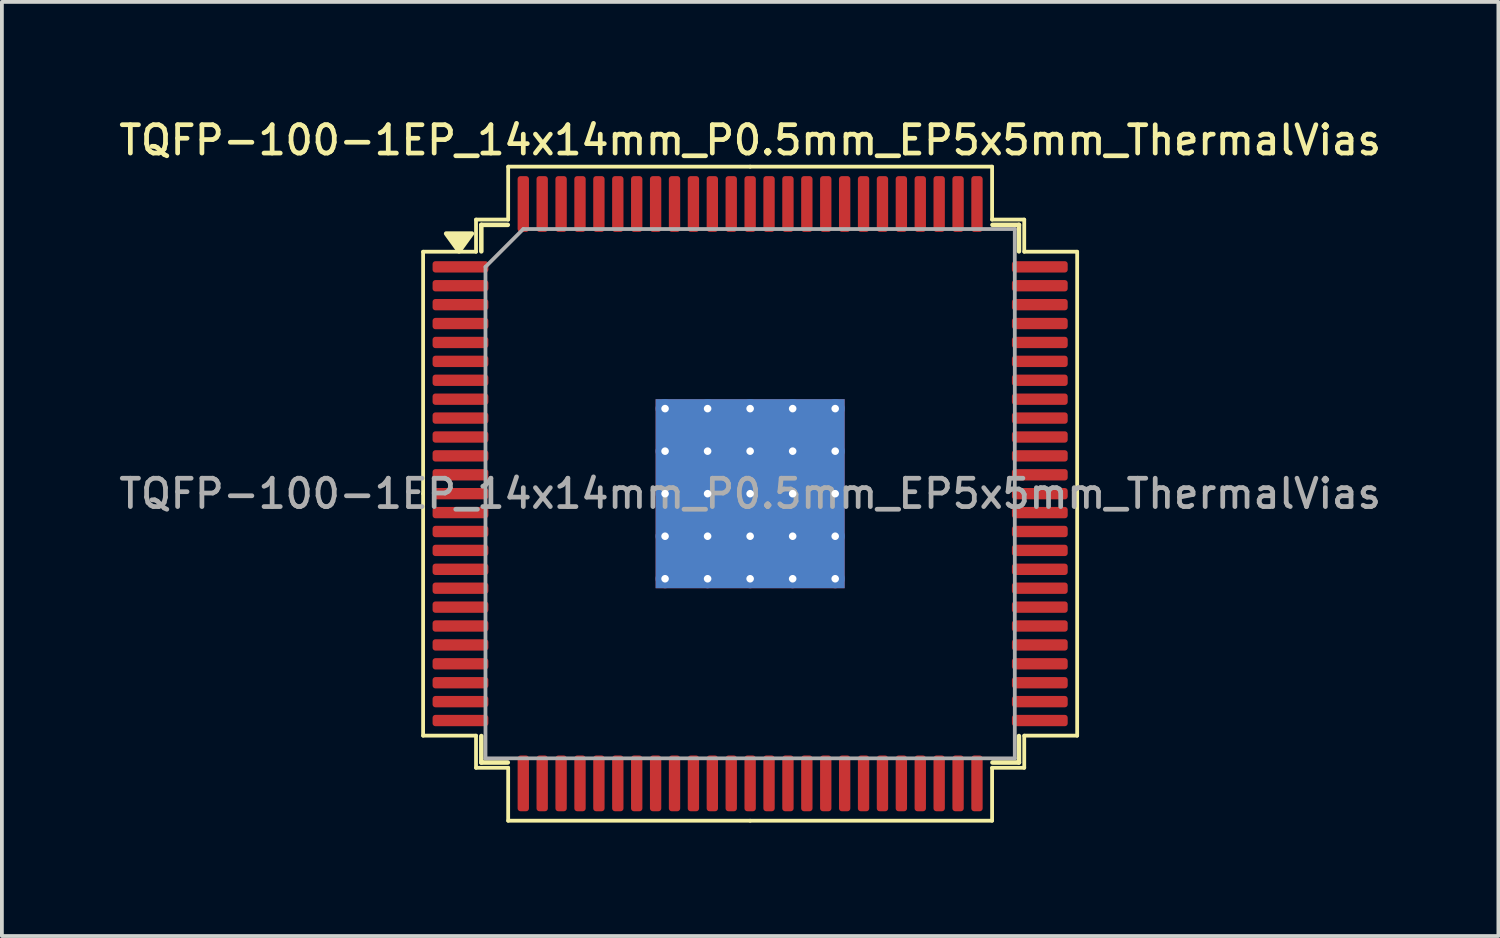
<source format=kicad_pcb>
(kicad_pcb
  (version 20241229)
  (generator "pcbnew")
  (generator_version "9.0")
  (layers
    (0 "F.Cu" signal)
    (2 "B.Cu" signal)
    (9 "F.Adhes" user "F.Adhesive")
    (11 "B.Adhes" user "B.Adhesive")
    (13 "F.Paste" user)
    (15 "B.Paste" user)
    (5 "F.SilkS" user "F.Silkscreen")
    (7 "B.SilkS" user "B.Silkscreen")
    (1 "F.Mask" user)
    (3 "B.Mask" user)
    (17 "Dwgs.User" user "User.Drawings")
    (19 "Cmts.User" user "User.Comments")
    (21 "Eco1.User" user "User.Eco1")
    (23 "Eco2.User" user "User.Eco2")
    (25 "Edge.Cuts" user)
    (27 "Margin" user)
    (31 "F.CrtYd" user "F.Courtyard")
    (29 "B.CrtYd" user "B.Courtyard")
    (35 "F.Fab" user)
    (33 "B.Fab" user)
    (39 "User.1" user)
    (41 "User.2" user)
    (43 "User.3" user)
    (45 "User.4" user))
  (footprint "TQFP-100-1EP_14x14mm_P0.5mm_EP5x5mm_ThermalVias"
    (layer "F.Cu")
    (at 16.791 10.008)
    (property "Reference" "TQFP-100-1EP_14x14mm_P0.5mm_EP5x5mm_ThermalVias" (at 0 -9.35 0) (layer "F.SilkS") (effects (font (size 0.75 0.75) (thickness 0.125))))
    (attr smd)
    (fp_line (start -8.65 -6.4) (end -8.65 0) (stroke (width 0.1) (type solid)) (layer "F.SilkS"))
    (fp_line (start -8.65 6.4) (end -8.65 0) (stroke (width 0.1) (type solid)) (layer "F.SilkS"))
    (fp_line (start -7.25 -7.25) (end -7.25 -6.4) (stroke (width 0.1) (type solid)) (layer "F.SilkS"))
    (fp_line (start -7.25 -6.4) (end -8.65 -6.4) (stroke (width 0.1) (type solid)) (layer "F.SilkS"))
    (fp_line (start -7.25 6.4) (end -8.65 6.4) (stroke (width 0.1) (type solid)) (layer "F.SilkS"))
    (fp_line (start -7.25 7.25) (end -7.25 6.4) (stroke (width 0.1) (type solid)) (layer "F.SilkS"))
    (fp_line (start -7.11 -7.11) (end -7.11 -6.41) (stroke (width 0.12) (type solid)) (layer "F.SilkS"))
    (fp_line (start -7.11 7.11) (end -7.11 6.41) (stroke (width 0.12) (type solid)) (layer "F.SilkS"))
    (fp_line (start -6.41 -7.11) (end -7.11 -7.11) (stroke (width 0.12) (type solid)) (layer "F.SilkS"))
    (fp_line (start -6.41 7.11) (end -7.11 7.11) (stroke (width 0.12) (type solid)) (layer "F.SilkS"))
    (fp_line (start -6.4 -8.65) (end -6.4 -7.25) (stroke (width 0.1) (type solid)) (layer "F.SilkS"))
    (fp_line (start -6.4 -7.25) (end -7.25 -7.25) (stroke (width 0.1) (type solid)) (layer "F.SilkS"))
    (fp_line (start -6.4 7.25) (end -7.25 7.25) (stroke (width 0.1) (type solid)) (layer "F.SilkS"))
    (fp_line (start -6.4 8.65) (end -6.4 7.25) (stroke (width 0.1) (type solid)) (layer "F.SilkS"))
    (fp_line (start 0 -8.65) (end -6.4 -8.65) (stroke (width 0.1) (type solid)) (layer "F.SilkS"))
    (fp_line (start 0 -8.65) (end 6.4 -8.65) (stroke (width 0.1) (type solid)) (layer "F.SilkS"))
    (fp_line (start 0 8.65) (end -6.4 8.65) (stroke (width 0.1) (type solid)) (layer "F.SilkS"))
    (fp_line (start 0 8.65) (end 6.4 8.65) (stroke (width 0.1) (type solid)) (layer "F.SilkS"))
    (fp_line (start 6.4 -8.65) (end 6.4 -7.25) (stroke (width 0.1) (type solid)) (layer "F.SilkS"))
    (fp_line (start 6.4 -7.25) (end 7.25 -7.25) (stroke (width 0.1) (type solid)) (layer "F.SilkS"))
    (fp_line (start 6.4 7.25) (end 7.25 7.25) (stroke (width 0.1) (type solid)) (layer "F.SilkS"))
    (fp_line (start 6.4 8.65) (end 6.4 7.25) (stroke (width 0.1) (type solid)) (layer "F.SilkS"))
    (fp_line (start 6.41 -7.11) (end 7.11 -7.11) (stroke (width 0.12) (type solid)) (layer "F.SilkS"))
    (fp_line (start 6.41 7.11) (end 7.11 7.11) (stroke (width 0.12) (type solid)) (layer "F.SilkS"))
    (fp_line (start 7.11 -7.11) (end 7.11 -6.41) (stroke (width 0.12) (type solid)) (layer "F.SilkS"))
    (fp_line (start 7.11 7.11) (end 7.11 6.41) (stroke (width 0.12) (type solid)) (layer "F.SilkS"))
    (fp_line (start 7.25 -7.25) (end 7.25 -6.4) (stroke (width 0.1) (type solid)) (layer "F.SilkS"))
    (fp_line (start 7.25 -6.4) (end 8.65 -6.4) (stroke (width 0.1) (type solid)) (layer "F.SilkS"))
    (fp_line (start 7.25 6.4) (end 8.65 6.4) (stroke (width 0.1) (type solid)) (layer "F.SilkS"))
    (fp_line (start 7.25 7.25) (end 7.25 6.4) (stroke (width 0.1) (type solid)) (layer "F.SilkS"))
    (fp_line (start 8.65 -6.4) (end 8.65 0) (stroke (width 0.1) (type solid)) (layer "F.SilkS"))
    (fp_line (start 8.65 6.4) (end 8.65 0) (stroke (width 0.1) (type solid)) (layer "F.SilkS"))
    (fp_poly (pts (xy -7.7 -6.41) (xy -8.04 -6.88) (xy -7.36 -6.88) (xy -7.7 -6.41)) (stroke (width 0.12) (type solid)) (fill yes) (layer "F.SilkS"))
    (fp_line (start -7 -6) (end -6 -7) (stroke (width 0.1) (type solid)) (layer "F.Fab"))
    (fp_line (start -7 7) (end -7 -6) (stroke (width 0.1) (type solid)) (layer "F.Fab"))
    (fp_line (start -6 -7) (end 7 -7) (stroke (width 0.1) (type solid)) (layer "F.Fab"))
    (fp_line (start 7 -7) (end 7 7) (stroke (width 0.1) (type solid)) (layer "F.Fab"))
    (fp_line (start 7 7) (end -7 7) (stroke (width 0.1) (type solid)) (layer "F.Fab"))
    (fp_text user "${REFERENCE}" (at 0 0 0) (layer "F.Fab") (effects (font (size 0.75 0.75) (thickness 0.125))))
    (pad "" smd custom (at -1.688 -1.688) (size 0.891 0.891) (layers "F.Paste") (options (anchor circle)) (primitives (gr_poly (pts (xy -0.387 -0.29) (xy -0.29 -0.387) (xy 0.29 -0.387) (xy 0.387 -0.29) (xy 0.387 0.29) (xy 0.29 0.387) (xy -0.29 0.387) (xy -0.387 0.29)) (width 0.234) (fill yes))))
    (pad "" smd custom (at -1.688 -0.562) (size 0.891 0.891) (layers "F.Paste") (options (anchor circle)) (primitives (gr_poly (pts (xy -0.387 -0.29) (xy -0.29 -0.387) (xy 0.29 -0.387) (xy 0.387 -0.29) (xy 0.387 0.29) (xy 0.29 0.387) (xy -0.29 0.387) (xy -0.387 0.29)) (width 0.234) (fill yes))))
    (pad "" smd custom (at -1.688 0.562) (size 0.891 0.891) (layers "F.Paste") (options (anchor circle)) (primitives (gr_poly (pts (xy -0.387 -0.29) (xy -0.29 -0.387) (xy 0.29 -0.387) (xy 0.387 -0.29) (xy 0.387 0.29) (xy 0.29 0.387) (xy -0.29 0.387) (xy -0.387 0.29)) (width 0.234) (fill yes))))
    (pad "" smd custom (at -1.688 1.688) (size 0.891 0.891) (layers "F.Paste") (options (anchor circle)) (primitives (gr_poly (pts (xy -0.387 -0.29) (xy -0.29 -0.387) (xy 0.29 -0.387) (xy 0.387 -0.29) (xy 0.387 0.29) (xy 0.29 0.387) (xy -0.29 0.387) (xy -0.387 0.29)) (width 0.234) (fill yes))))
    (pad "" smd custom (at -0.562 -1.688) (size 0.891 0.891) (layers "F.Paste") (options (anchor circle)) (primitives (gr_poly (pts (xy -0.387 -0.29) (xy -0.29 -0.387) (xy 0.29 -0.387) (xy 0.387 -0.29) (xy 0.387 0.29) (xy 0.29 0.387) (xy -0.29 0.387) (xy -0.387 0.29)) (width 0.234) (fill yes))))
    (pad "" smd custom (at -0.562 -0.562) (size 0.891 0.891) (layers "F.Paste") (options (anchor circle)) (primitives (gr_poly (pts (xy -0.387 -0.29) (xy -0.29 -0.387) (xy 0.29 -0.387) (xy 0.387 -0.29) (xy 0.387 0.29) (xy 0.29 0.387) (xy -0.29 0.387) (xy -0.387 0.29)) (width 0.234) (fill yes))))
    (pad "" smd custom (at -0.562 0.562) (size 0.891 0.891) (layers "F.Paste") (options (anchor circle)) (primitives (gr_poly (pts (xy -0.387 -0.29) (xy -0.29 -0.387) (xy 0.29 -0.387) (xy 0.387 -0.29) (xy 0.387 0.29) (xy 0.29 0.387) (xy -0.29 0.387) (xy -0.387 0.29)) (width 0.234) (fill yes))))
    (pad "" smd custom (at -0.562 1.688) (size 0.891 0.891) (layers "F.Paste") (options (anchor circle)) (primitives (gr_poly (pts (xy -0.387 -0.29) (xy -0.29 -0.387) (xy 0.29 -0.387) (xy 0.387 -0.29) (xy 0.387 0.29) (xy 0.29 0.387) (xy -0.29 0.387) (xy -0.387 0.29)) (width 0.234) (fill yes))))
    (pad "" smd custom (at 0.562 -1.688) (size 0.891 0.891) (layers "F.Paste") (options (anchor circle)) (primitives (gr_poly (pts (xy -0.387 -0.29) (xy -0.29 -0.387) (xy 0.29 -0.387) (xy 0.387 -0.29) (xy 0.387 0.29) (xy 0.29 0.387) (xy -0.29 0.387) (xy -0.387 0.29)) (width 0.234) (fill yes))))
    (pad "" smd custom (at 0.562 -0.562) (size 0.891 0.891) (layers "F.Paste") (options (anchor circle)) (primitives (gr_poly (pts (xy -0.387 -0.29) (xy -0.29 -0.387) (xy 0.29 -0.387) (xy 0.387 -0.29) (xy 0.387 0.29) (xy 0.29 0.387) (xy -0.29 0.387) (xy -0.387 0.29)) (width 0.234) (fill yes))))
    (pad "" smd custom (at 0.562 0.562) (size 0.891 0.891) (layers "F.Paste") (options (anchor circle)) (primitives (gr_poly (pts (xy -0.387 -0.29) (xy -0.29 -0.387) (xy 0.29 -0.387) (xy 0.387 -0.29) (xy 0.387 0.29) (xy 0.29 0.387) (xy -0.29 0.387) (xy -0.387 0.29)) (width 0.234) (fill yes))))
    (pad "" smd custom (at 0.562 1.688) (size 0.891 0.891) (layers "F.Paste") (options (anchor circle)) (primitives (gr_poly (pts (xy -0.387 -0.29) (xy -0.29 -0.387) (xy 0.29 -0.387) (xy 0.387 -0.29) (xy 0.387 0.29) (xy 0.29 0.387) (xy -0.29 0.387) (xy -0.387 0.29)) (width 0.234) (fill yes))))
    (pad "" smd custom (at 1.688 -1.688) (size 0.891 0.891) (layers "F.Paste") (options (anchor circle)) (primitives (gr_poly (pts (xy -0.387 -0.29) (xy -0.29 -0.387) (xy 0.29 -0.387) (xy 0.387 -0.29) (xy 0.387 0.29) (xy 0.29 0.387) (xy -0.29 0.387) (xy -0.387 0.29)) (width 0.234) (fill yes))))
    (pad "" smd custom (at 1.688 -0.562) (size 0.891 0.891) (layers "F.Paste") (options (anchor circle)) (primitives (gr_poly (pts (xy -0.387 -0.29) (xy -0.29 -0.387) (xy 0.29 -0.387) (xy 0.387 -0.29) (xy 0.387 0.29) (xy 0.29 0.387) (xy -0.29 0.387) (xy -0.387 0.29)) (width 0.234) (fill yes))))
    (pad "" smd custom (at 1.688 0.562) (size 0.891 0.891) (layers "F.Paste") (options (anchor circle)) (primitives (gr_poly (pts (xy -0.387 -0.29) (xy -0.29 -0.387) (xy 0.29 -0.387) (xy 0.387 -0.29) (xy 0.387 0.29) (xy 0.29 0.387) (xy -0.29 0.387) (xy -0.387 0.29)) (width 0.234) (fill yes))))
    (pad "" smd custom (at 1.688 1.688) (size 0.891 0.891) (layers "F.Paste") (options (anchor circle)) (primitives (gr_poly (pts (xy -0.387 -0.29) (xy -0.29 -0.387) (xy 0.29 -0.387) (xy 0.387 -0.29) (xy 0.387 0.29) (xy 0.29 0.387) (xy -0.29 0.387) (xy -0.387 0.29)) (width 0.234) (fill yes))))
    (pad "1" smd roundrect (at -7.662 -6) (size 1.475 0.3) (layers "F.Cu" "F.Mask" "F.Paste") (roundrect_rratio 0.25))
    (pad "2" smd roundrect (at -7.662 -5.5) (size 1.475 0.3) (layers "F.Cu" "F.Mask" "F.Paste") (roundrect_rratio 0.25))
    (pad "3" smd roundrect (at -7.662 -5) (size 1.475 0.3) (layers "F.Cu" "F.Mask" "F.Paste") (roundrect_rratio 0.25))
    (pad "4" smd roundrect (at -7.662 -4.5) (size 1.475 0.3) (layers "F.Cu" "F.Mask" "F.Paste") (roundrect_rratio 0.25))
    (pad "5" smd roundrect (at -7.662 -4) (size 1.475 0.3) (layers "F.Cu" "F.Mask" "F.Paste") (roundrect_rratio 0.25))
    (pad "6" smd roundrect (at -7.662 -3.5) (size 1.475 0.3) (layers "F.Cu" "F.Mask" "F.Paste") (roundrect_rratio 0.25))
    (pad "7" smd roundrect (at -7.662 -3) (size 1.475 0.3) (layers "F.Cu" "F.Mask" "F.Paste") (roundrect_rratio 0.25))
    (pad "8" smd roundrect (at -7.662 -2.5) (size 1.475 0.3) (layers "F.Cu" "F.Mask" "F.Paste") (roundrect_rratio 0.25))
    (pad "9" smd roundrect (at -7.662 -2) (size 1.475 0.3) (layers "F.Cu" "F.Mask" "F.Paste") (roundrect_rratio 0.25))
    (pad "10" smd roundrect (at -7.662 -1.5) (size 1.475 0.3) (layers "F.Cu" "F.Mask" "F.Paste") (roundrect_rratio 0.25))
    (pad "11" smd roundrect (at -7.662 -1) (size 1.475 0.3) (layers "F.Cu" "F.Mask" "F.Paste") (roundrect_rratio 0.25))
    (pad "12" smd roundrect (at -7.662 -0.5) (size 1.475 0.3) (layers "F.Cu" "F.Mask" "F.Paste") (roundrect_rratio 0.25))
    (pad "13" smd roundrect (at -7.662 0) (size 1.475 0.3) (layers "F.Cu" "F.Mask" "F.Paste") (roundrect_rratio 0.25))
    (pad "14" smd roundrect (at -7.662 0.5) (size 1.475 0.3) (layers "F.Cu" "F.Mask" "F.Paste") (roundrect_rratio 0.25))
    (pad "15" smd roundrect (at -7.662 1) (size 1.475 0.3) (layers "F.Cu" "F.Mask" "F.Paste") (roundrect_rratio 0.25))
    (pad "16" smd roundrect (at -7.662 1.5) (size 1.475 0.3) (layers "F.Cu" "F.Mask" "F.Paste") (roundrect_rratio 0.25))
    (pad "17" smd roundrect (at -7.662 2) (size 1.475 0.3) (layers "F.Cu" "F.Mask" "F.Paste") (roundrect_rratio 0.25))
    (pad "18" smd roundrect (at -7.662 2.5) (size 1.475 0.3) (layers "F.Cu" "F.Mask" "F.Paste") (roundrect_rratio 0.25))
    (pad "19" smd roundrect (at -7.662 3) (size 1.475 0.3) (layers "F.Cu" "F.Mask" "F.Paste") (roundrect_rratio 0.25))
    (pad "20" smd roundrect (at -7.662 3.5) (size 1.475 0.3) (layers "F.Cu" "F.Mask" "F.Paste") (roundrect_rratio 0.25))
    (pad "21" smd roundrect (at -7.662 4) (size 1.475 0.3) (layers "F.Cu" "F.Mask" "F.Paste") (roundrect_rratio 0.25))
    (pad "22" smd roundrect (at -7.662 4.5) (size 1.475 0.3) (layers "F.Cu" "F.Mask" "F.Paste") (roundrect_rratio 0.25))
    (pad "23" smd roundrect (at -7.662 5) (size 1.475 0.3) (layers "F.Cu" "F.Mask" "F.Paste") (roundrect_rratio 0.25))
    (pad "24" smd roundrect (at -7.662 5.5) (size 1.475 0.3) (layers "F.Cu" "F.Mask" "F.Paste") (roundrect_rratio 0.25))
    (pad "25" smd roundrect (at -7.662 6) (size 1.475 0.3) (layers "F.Cu" "F.Mask" "F.Paste") (roundrect_rratio 0.25))
    (pad "26" smd roundrect (at -6 7.662) (size 0.3 1.475) (layers "F.Cu" "F.Mask" "F.Paste") (roundrect_rratio 0.25))
    (pad "27" smd roundrect (at -5.5 7.662) (size 0.3 1.475) (layers "F.Cu" "F.Mask" "F.Paste") (roundrect_rratio 0.25))
    (pad "28" smd roundrect (at -5 7.662) (size 0.3 1.475) (layers "F.Cu" "F.Mask" "F.Paste") (roundrect_rratio 0.25))
    (pad "29" smd roundrect (at -4.5 7.662) (size 0.3 1.475) (layers "F.Cu" "F.Mask" "F.Paste") (roundrect_rratio 0.25))
    (pad "30" smd roundrect (at -4 7.662) (size 0.3 1.475) (layers "F.Cu" "F.Mask" "F.Paste") (roundrect_rratio 0.25))
    (pad "31" smd roundrect (at -3.5 7.662) (size 0.3 1.475) (layers "F.Cu" "F.Mask" "F.Paste") (roundrect_rratio 0.25))
    (pad "32" smd roundrect (at -3 7.662) (size 0.3 1.475) (layers "F.Cu" "F.Mask" "F.Paste") (roundrect_rratio 0.25))
    (pad "33" smd roundrect (at -2.5 7.662) (size 0.3 1.475) (layers "F.Cu" "F.Mask" "F.Paste") (roundrect_rratio 0.25))
    (pad "34" smd roundrect (at -2 7.662) (size 0.3 1.475) (layers "F.Cu" "F.Mask" "F.Paste") (roundrect_rratio 0.25))
    (pad "35" smd roundrect (at -1.5 7.662) (size 0.3 1.475) (layers "F.Cu" "F.Mask" "F.Paste") (roundrect_rratio 0.25))
    (pad "36" smd roundrect (at -1 7.662) (size 0.3 1.475) (layers "F.Cu" "F.Mask" "F.Paste") (roundrect_rratio 0.25))
    (pad "37" smd roundrect (at -0.5 7.662) (size 0.3 1.475) (layers "F.Cu" "F.Mask" "F.Paste") (roundrect_rratio 0.25))
    (pad "38" smd roundrect (at 0 7.662) (size 0.3 1.475) (layers "F.Cu" "F.Mask" "F.Paste") (roundrect_rratio 0.25))
    (pad "39" smd roundrect (at 0.5 7.662) (size 0.3 1.475) (layers "F.Cu" "F.Mask" "F.Paste") (roundrect_rratio 0.25))
    (pad "40" smd roundrect (at 1 7.662) (size 0.3 1.475) (layers "F.Cu" "F.Mask" "F.Paste") (roundrect_rratio 0.25))
    (pad "41" smd roundrect (at 1.5 7.662) (size 0.3 1.475) (layers "F.Cu" "F.Mask" "F.Paste") (roundrect_rratio 0.25))
    (pad "42" smd roundrect (at 2 7.662) (size 0.3 1.475) (layers "F.Cu" "F.Mask" "F.Paste") (roundrect_rratio 0.25))
    (pad "43" smd roundrect (at 2.5 7.662) (size 0.3 1.475) (layers "F.Cu" "F.Mask" "F.Paste") (roundrect_rratio 0.25))
    (pad "44" smd roundrect (at 3 7.662) (size 0.3 1.475) (layers "F.Cu" "F.Mask" "F.Paste") (roundrect_rratio 0.25))
    (pad "45" smd roundrect (at 3.5 7.662) (size 0.3 1.475) (layers "F.Cu" "F.Mask" "F.Paste") (roundrect_rratio 0.25))
    (pad "46" smd roundrect (at 4 7.662) (size 0.3 1.475) (layers "F.Cu" "F.Mask" "F.Paste") (roundrect_rratio 0.25))
    (pad "47" smd roundrect (at 4.5 7.662) (size 0.3 1.475) (layers "F.Cu" "F.Mask" "F.Paste") (roundrect_rratio 0.25))
    (pad "48" smd roundrect (at 5 7.662) (size 0.3 1.475) (layers "F.Cu" "F.Mask" "F.Paste") (roundrect_rratio 0.25))
    (pad "49" smd roundrect (at 5.5 7.662) (size 0.3 1.475) (layers "F.Cu" "F.Mask" "F.Paste") (roundrect_rratio 0.25))
    (pad "50" smd roundrect (at 6 7.662) (size 0.3 1.475) (layers "F.Cu" "F.Mask" "F.Paste") (roundrect_rratio 0.25))
    (pad "51" smd roundrect (at 7.662 6) (size 1.475 0.3) (layers "F.Cu" "F.Mask" "F.Paste") (roundrect_rratio 0.25))
    (pad "52" smd roundrect (at 7.662 5.5) (size 1.475 0.3) (layers "F.Cu" "F.Mask" "F.Paste") (roundrect_rratio 0.25))
    (pad "53" smd roundrect (at 7.662 5) (size 1.475 0.3) (layers "F.Cu" "F.Mask" "F.Paste") (roundrect_rratio 0.25))
    (pad "54" smd roundrect (at 7.662 4.5) (size 1.475 0.3) (layers "F.Cu" "F.Mask" "F.Paste") (roundrect_rratio 0.25))
    (pad "55" smd roundrect (at 7.662 4) (size 1.475 0.3) (layers "F.Cu" "F.Mask" "F.Paste") (roundrect_rratio 0.25))
    (pad "56" smd roundrect (at 7.662 3.5) (size 1.475 0.3) (layers "F.Cu" "F.Mask" "F.Paste") (roundrect_rratio 0.25))
    (pad "57" smd roundrect (at 7.662 3) (size 1.475 0.3) (layers "F.Cu" "F.Mask" "F.Paste") (roundrect_rratio 0.25))
    (pad "58" smd roundrect (at 7.662 2.5) (size 1.475 0.3) (layers "F.Cu" "F.Mask" "F.Paste") (roundrect_rratio 0.25))
    (pad "59" smd roundrect (at 7.662 2) (size 1.475 0.3) (layers "F.Cu" "F.Mask" "F.Paste") (roundrect_rratio 0.25))
    (pad "60" smd roundrect (at 7.662 1.5) (size 1.475 0.3) (layers "F.Cu" "F.Mask" "F.Paste") (roundrect_rratio 0.25))
    (pad "61" smd roundrect (at 7.662 1) (size 1.475 0.3) (layers "F.Cu" "F.Mask" "F.Paste") (roundrect_rratio 0.25))
    (pad "62" smd roundrect (at 7.662 0.5) (size 1.475 0.3) (layers "F.Cu" "F.Mask" "F.Paste") (roundrect_rratio 0.25))
    (pad "63" smd roundrect (at 7.662 0) (size 1.475 0.3) (layers "F.Cu" "F.Mask" "F.Paste") (roundrect_rratio 0.25))
    (pad "64" smd roundrect (at 7.662 -0.5) (size 1.475 0.3) (layers "F.Cu" "F.Mask" "F.Paste") (roundrect_rratio 0.25))
    (pad "65" smd roundrect (at 7.662 -1) (size 1.475 0.3) (layers "F.Cu" "F.Mask" "F.Paste") (roundrect_rratio 0.25))
    (pad "66" smd roundrect (at 7.662 -1.5) (size 1.475 0.3) (layers "F.Cu" "F.Mask" "F.Paste") (roundrect_rratio 0.25))
    (pad "67" smd roundrect (at 7.662 -2) (size 1.475 0.3) (layers "F.Cu" "F.Mask" "F.Paste") (roundrect_rratio 0.25))
    (pad "68" smd roundrect (at 7.662 -2.5) (size 1.475 0.3) (layers "F.Cu" "F.Mask" "F.Paste") (roundrect_rratio 0.25))
    (pad "69" smd roundrect (at 7.662 -3) (size 1.475 0.3) (layers "F.Cu" "F.Mask" "F.Paste") (roundrect_rratio 0.25))
    (pad "70" smd roundrect (at 7.662 -3.5) (size 1.475 0.3) (layers "F.Cu" "F.Mask" "F.Paste") (roundrect_rratio 0.25))
    (pad "71" smd roundrect (at 7.662 -4) (size 1.475 0.3) (layers "F.Cu" "F.Mask" "F.Paste") (roundrect_rratio 0.25))
    (pad "72" smd roundrect (at 7.662 -4.5) (size 1.475 0.3) (layers "F.Cu" "F.Mask" "F.Paste") (roundrect_rratio 0.25))
    (pad "73" smd roundrect (at 7.662 -5) (size 1.475 0.3) (layers "F.Cu" "F.Mask" "F.Paste") (roundrect_rratio 0.25))
    (pad "74" smd roundrect (at 7.662 -5.5) (size 1.475 0.3) (layers "F.Cu" "F.Mask" "F.Paste") (roundrect_rratio 0.25))
    (pad "75" smd roundrect (at 7.662 -6) (size 1.475 0.3) (layers "F.Cu" "F.Mask" "F.Paste") (roundrect_rratio 0.25))
    (pad "76" smd roundrect (at 6 -7.662) (size 0.3 1.475) (layers "F.Cu" "F.Mask" "F.Paste") (roundrect_rratio 0.25))
    (pad "77" smd roundrect (at 5.5 -7.662) (size 0.3 1.475) (layers "F.Cu" "F.Mask" "F.Paste") (roundrect_rratio 0.25))
    (pad "78" smd roundrect (at 5 -7.662) (size 0.3 1.475) (layers "F.Cu" "F.Mask" "F.Paste") (roundrect_rratio 0.25))
    (pad "79" smd roundrect (at 4.5 -7.662) (size 0.3 1.475) (layers "F.Cu" "F.Mask" "F.Paste") (roundrect_rratio 0.25))
    (pad "80" smd roundrect (at 4 -7.662) (size 0.3 1.475) (layers "F.Cu" "F.Mask" "F.Paste") (roundrect_rratio 0.25))
    (pad "81" smd roundrect (at 3.5 -7.662) (size 0.3 1.475) (layers "F.Cu" "F.Mask" "F.Paste") (roundrect_rratio 0.25))
    (pad "82" smd roundrect (at 3 -7.662) (size 0.3 1.475) (layers "F.Cu" "F.Mask" "F.Paste") (roundrect_rratio 0.25))
    (pad "83" smd roundrect (at 2.5 -7.662) (size 0.3 1.475) (layers "F.Cu" "F.Mask" "F.Paste") (roundrect_rratio 0.25))
    (pad "84" smd roundrect (at 2 -7.662) (size 0.3 1.475) (layers "F.Cu" "F.Mask" "F.Paste") (roundrect_rratio 0.25))
    (pad "85" smd roundrect (at 1.5 -7.662) (size 0.3 1.475) (layers "F.Cu" "F.Mask" "F.Paste") (roundrect_rratio 0.25))
    (pad "86" smd roundrect (at 1 -7.662) (size 0.3 1.475) (layers "F.Cu" "F.Mask" "F.Paste") (roundrect_rratio 0.25))
    (pad "87" smd roundrect (at 0.5 -7.662) (size 0.3 1.475) (layers "F.Cu" "F.Mask" "F.Paste") (roundrect_rratio 0.25))
    (pad "88" smd roundrect (at 0 -7.662) (size 0.3 1.475) (layers "F.Cu" "F.Mask" "F.Paste") (roundrect_rratio 0.25))
    (pad "89" smd roundrect (at -0.5 -7.662) (size 0.3 1.475) (layers "F.Cu" "F.Mask" "F.Paste") (roundrect_rratio 0.25))
    (pad "90" smd roundrect (at -1 -7.662) (size 0.3 1.475) (layers "F.Cu" "F.Mask" "F.Paste") (roundrect_rratio 0.25))
    (pad "91" smd roundrect (at -1.5 -7.662) (size 0.3 1.475) (layers "F.Cu" "F.Mask" "F.Paste") (roundrect_rratio 0.25))
    (pad "92" smd roundrect (at -2 -7.662) (size 0.3 1.475) (layers "F.Cu" "F.Mask" "F.Paste") (roundrect_rratio 0.25))
    (pad "93" smd roundrect (at -2.5 -7.662) (size 0.3 1.475) (layers "F.Cu" "F.Mask" "F.Paste") (roundrect_rratio 0.25))
    (pad "94" smd roundrect (at -3 -7.662) (size 0.3 1.475) (layers "F.Cu" "F.Mask" "F.Paste") (roundrect_rratio 0.25))
    (pad "95" smd roundrect (at -3.5 -7.662) (size 0.3 1.475) (layers "F.Cu" "F.Mask" "F.Paste") (roundrect_rratio 0.25))
    (pad "96" smd roundrect (at -4 -7.662) (size 0.3 1.475) (layers "F.Cu" "F.Mask" "F.Paste") (roundrect_rratio 0.25))
    (pad "97" smd roundrect (at -4.5 -7.662) (size 0.3 1.475) (layers "F.Cu" "F.Mask" "F.Paste") (roundrect_rratio 0.25))
    (pad "98" smd roundrect (at -5 -7.662) (size 0.3 1.475) (layers "F.Cu" "F.Mask" "F.Paste") (roundrect_rratio 0.25))
    (pad "99" smd roundrect (at -5.5 -7.662) (size 0.3 1.475) (layers "F.Cu" "F.Mask" "F.Paste") (roundrect_rratio 0.25))
    (pad "100" smd roundrect (at -6 -7.662) (size 0.3 1.475) (layers "F.Cu" "F.Mask" "F.Paste") (roundrect_rratio 0.25))
    (pad "101" thru_hole circle (at -2.25 -2.25) (size 0.5 0.5) (drill 0.2) (property pad_prop_heatsink) (layers "*.Cu"))
    (pad "101" thru_hole circle (at -2.25 -1.125) (size 0.5 0.5) (drill 0.2) (property pad_prop_heatsink) (layers "*.Cu"))
    (pad "101" thru_hole circle (at -2.25 0) (size 0.5 0.5) (drill 0.2) (property pad_prop_heatsink) (layers "*.Cu"))
    (pad "101" thru_hole circle (at -2.25 1.125) (size 0.5 0.5) (drill 0.2) (property pad_prop_heatsink) (layers "*.Cu"))
    (pad "101" thru_hole circle (at -2.25 2.25) (size 0.5 0.5) (drill 0.2) (property pad_prop_heatsink) (layers "*.Cu"))
    (pad "101" thru_hole circle (at -1.125 -2.25) (size 0.5 0.5) (drill 0.2) (property pad_prop_heatsink) (layers "*.Cu"))
    (pad "101" thru_hole circle (at -1.125 -1.125) (size 0.5 0.5) (drill 0.2) (property pad_prop_heatsink) (layers "*.Cu"))
    (pad "101" thru_hole circle (at -1.125 0) (size 0.5 0.5) (drill 0.2) (property pad_prop_heatsink) (layers "*.Cu"))
    (pad "101" thru_hole circle (at -1.125 1.125) (size 0.5 0.5) (drill 0.2) (property pad_prop_heatsink) (layers "*.Cu"))
    (pad "101" thru_hole circle (at -1.125 2.25) (size 0.5 0.5) (drill 0.2) (property pad_prop_heatsink) (layers "*.Cu"))
    (pad "101" thru_hole circle (at 0 -2.25) (size 0.5 0.5) (drill 0.2) (property pad_prop_heatsink) (layers "*.Cu"))
    (pad "101" thru_hole circle (at 0 -1.125) (size 0.5 0.5) (drill 0.2) (property pad_prop_heatsink) (layers "*.Cu"))
    (pad "101" thru_hole circle (at 0 0) (size 0.5 0.5) (drill 0.2) (property pad_prop_heatsink) (layers "*.Cu"))
    (pad "101" smd rect (at 0 0) (size 5 5) (property pad_prop_heatsink) (layers "F.Cu" "F.Mask"))
    (pad "101" smd rect (at 0 0) (size 5 5) (property pad_prop_heatsink) (layers "B.Cu"))
    (pad "101" thru_hole circle (at 0 1.125) (size 0.5 0.5) (drill 0.2) (property pad_prop_heatsink) (layers "*.Cu"))
    (pad "101" thru_hole circle (at 0 2.25) (size 0.5 0.5) (drill 0.2) (property pad_prop_heatsink) (layers "*.Cu"))
    (pad "101" thru_hole circle (at 1.125 -2.25) (size 0.5 0.5) (drill 0.2) (property pad_prop_heatsink) (layers "*.Cu"))
    (pad "101" thru_hole circle (at 1.125 -1.125) (size 0.5 0.5) (drill 0.2) (property pad_prop_heatsink) (layers "*.Cu"))
    (pad "101" thru_hole circle (at 1.125 0) (size 0.5 0.5) (drill 0.2) (property pad_prop_heatsink) (layers "*.Cu"))
    (pad "101" thru_hole circle (at 1.125 1.125) (size 0.5 0.5) (drill 0.2) (property pad_prop_heatsink) (layers "*.Cu"))
    (pad "101" thru_hole circle (at 1.125 2.25) (size 0.5 0.5) (drill 0.2) (property pad_prop_heatsink) (layers "*.Cu"))
    (pad "101" thru_hole circle (at 2.25 -2.25) (size 0.5 0.5) (drill 0.2) (property pad_prop_heatsink) (layers "*.Cu"))
    (pad "101" thru_hole circle (at 2.25 -1.125) (size 0.5 0.5) (drill 0.2) (property pad_prop_heatsink) (layers "*.Cu"))
    (pad "101" thru_hole circle (at 2.25 0) (size 0.5 0.5) (drill 0.2) (property pad_prop_heatsink) (layers "*.Cu"))
    (pad "101" thru_hole circle (at 2.25 1.125) (size 0.5 0.5) (drill 0.2) (property pad_prop_heatsink) (layers "*.Cu"))
    (pad "101" thru_hole circle (at 2.25 2.25) (size 0.5 0.5) (drill 0.2) (property pad_prop_heatsink) (layers "*.Cu")))
  (gr_rect
    (start -3 -3)
    (end 36.582 21.708)
    (stroke (width 0.1) (type default))
    (fill no)
    (layer "Edge.Cuts")))
</source>
